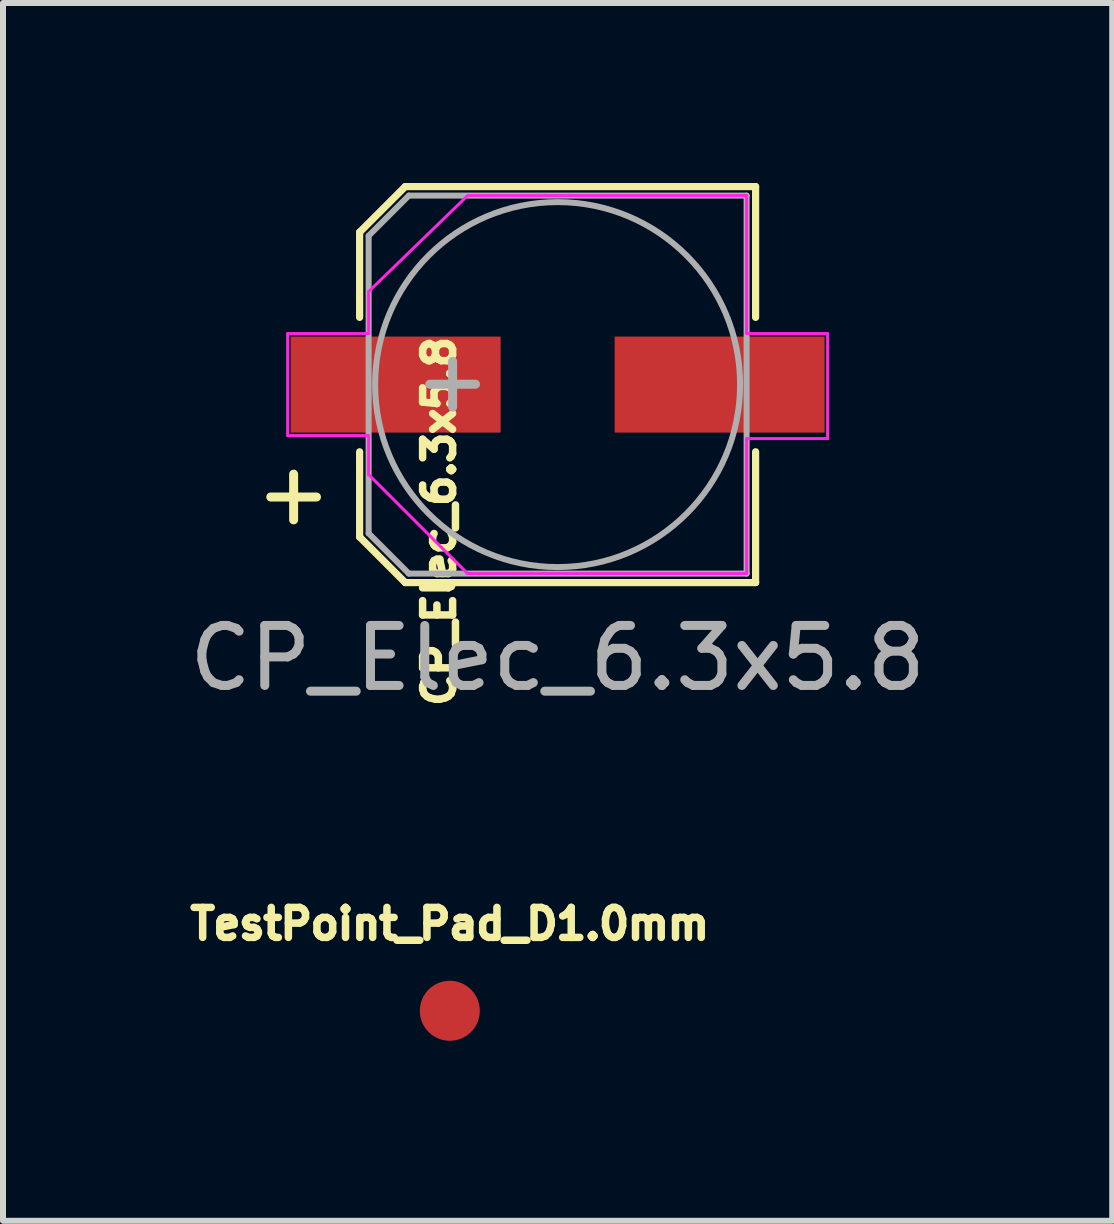
<source format=kicad_pcb>
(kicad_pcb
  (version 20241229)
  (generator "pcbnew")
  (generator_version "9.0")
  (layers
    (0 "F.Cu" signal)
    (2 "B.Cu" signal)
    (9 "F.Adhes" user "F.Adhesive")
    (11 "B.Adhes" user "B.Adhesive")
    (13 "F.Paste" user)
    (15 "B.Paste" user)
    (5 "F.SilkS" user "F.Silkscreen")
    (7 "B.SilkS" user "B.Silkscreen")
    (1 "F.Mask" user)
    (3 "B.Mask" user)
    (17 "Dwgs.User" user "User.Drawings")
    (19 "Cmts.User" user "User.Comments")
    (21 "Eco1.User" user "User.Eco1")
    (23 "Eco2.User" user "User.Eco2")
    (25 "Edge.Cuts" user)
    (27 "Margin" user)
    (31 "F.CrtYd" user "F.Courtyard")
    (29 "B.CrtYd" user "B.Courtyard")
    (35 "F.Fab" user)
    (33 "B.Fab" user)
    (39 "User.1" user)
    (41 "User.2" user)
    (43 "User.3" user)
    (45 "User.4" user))
  (footprint "CP_Elec_6.3x5.8"
    (layer "F.Cu")
    (at 6.244 3.36)
    (property "Reference" "CP_Elec_6.3x5.8" (at -1.975 2.28 270) (layer "F.SilkS") (effects (font (size 0.5 0.5) (thickness 0.125))))
    (attr smd)
    (fp_line (start -3.3 -2.54) (end -3.3 -1.12) (stroke (width 0.12) (type solid)) (layer "F.SilkS"))
    (fp_line (start -3.3 -2.54) (end -2.54 -3.3) (stroke (width 0.12) (type solid)) (layer "F.SilkS"))
    (fp_line (start -3.3 2.54) (end -3.3 1.12) (stroke (width 0.12) (type solid)) (layer "F.SilkS"))
    (fp_line (start -2.54 -3.3) (end 3.3 -3.3) (stroke (width 0.12) (type solid)) (layer "F.SilkS"))
    (fp_line (start -2.54 3.3) (end -3.3 2.54) (stroke (width 0.12) (type solid)) (layer "F.SilkS"))
    (fp_line (start 3.3 -3.3) (end 3.3 -1.12) (stroke (width 0.12) (type solid)) (layer "F.SilkS"))
    (fp_line (start 3.3 3.3) (end -2.54 3.3) (stroke (width 0.12) (type solid)) (layer "F.SilkS"))
    (fp_line (start 3.3 3.3) (end 3.3 1.12) (stroke (width 0.12) (type solid)) (layer "F.SilkS"))
    (fp_line (start -4.5 -0.85) (end -4.5 0.85) (stroke (width 0.05) (type solid)) (layer "F.CrtYd"))
    (fp_line (start -3.15 -1.55) (end -3.15 -0.85) (stroke (width 0.05) (type solid)) (layer "F.CrtYd"))
    (fp_line (start -3.15 -0.85) (end -4.5 -0.85) (stroke (width 0.05) (type solid)) (layer "F.CrtYd"))
    (fp_line (start -3.15 0.85) (end -4.5 0.85) (stroke (width 0.05) (type solid)) (layer "F.CrtYd"))
    (fp_line (start -3.15 1.5) (end -3.15 0.85) (stroke (width 0.05) (type solid)) (layer "F.CrtYd"))
    (fp_line (start -1.5 -3.15) (end -3.15 -1.55) (stroke (width 0.05) (type solid)) (layer "F.CrtYd"))
    (fp_line (start -1.5 -3.15) (end 3.15 -3.15) (stroke (width 0.05) (type solid)) (layer "F.CrtYd"))
    (fp_line (start -1.5 3.15) (end -3.15 1.5) (stroke (width 0.05) (type solid)) (layer "F.CrtYd"))
    (fp_line (start 3.15 -0.85) (end 3.15 -3.15) (stroke (width 0.05) (type solid)) (layer "F.CrtYd"))
    (fp_line (start 3.15 0.9) (end 4.5 0.9) (stroke (width 0.05) (type solid)) (layer "F.CrtYd"))
    (fp_line (start 3.15 3.15) (end -1.5 3.15) (stroke (width 0.05) (type solid)) (layer "F.CrtYd"))
    (fp_line (start 3.15 3.15) (end 3.15 0.9) (stroke (width 0.05) (type solid)) (layer "F.CrtYd"))
    (fp_line (start 4.5 -0.85) (end 3.15 -0.85) (stroke (width 0.05) (type solid)) (layer "F.CrtYd"))
    (fp_line (start 4.5 0.9) (end 4.5 -0.85) (stroke (width 0.05) (type solid)) (layer "F.CrtYd"))
    (fp_line (start -3.15 -2.48) (end -3.15 2.48) (stroke (width 0.1) (type solid)) (layer "F.Fab"))
    (fp_line (start -3.15 2.48) (end -2.48 3.15) (stroke (width 0.1) (type solid)) (layer "F.Fab"))
    (fp_line (start -2.48 -3.15) (end -3.15 -2.48) (stroke (width 0.1) (type solid)) (layer "F.Fab"))
    (fp_line (start -2.48 3.15) (end 3.15 3.15) (stroke (width 0.1) (type solid)) (layer "F.Fab"))
    (fp_line (start 3.15 -3.15) (end -2.48 -3.15) (stroke (width 0.1) (type solid)) (layer "F.Fab"))
    (fp_line (start 3.15 3.15) (end 3.15 -3.15) (stroke (width 0.1) (type solid)) (layer "F.Fab"))
    (fp_circle (center 0 0) (end 0.5 3) (stroke (width 0.1) (type solid)) (fill no) (layer "F.Fab"))
    (fp_text user "+" (at -4.4 1.8 180) (layer "F.SilkS") (effects (font (size 1 1) (thickness 0.15))))
    (fp_text user "${REFERENCE}" (at 0 4.56 180) (layer "F.Fab") (effects (font (size 1 1) (thickness 0.15))))
    (fp_text user "+" (at -1.75 -0.08 180) (layer "F.Fab") (effects (font (size 1 1) (thickness 0.15))))
    (pad "1" smd rect (at -2.7 0 180) (size 3.5 1.6) (layers "F.Cu" "F.Mask" "F.Paste"))
    (pad "2" smd rect (at 2.7 0 180) (size 3.5 1.6) (layers "F.Cu" "F.Mask" "F.Paste")))
  (footprint "TestPoint_Pad_D1.0mm"
    (layer "F.Cu")
    (at 4.447 13.797)
    (property "Reference" "TestPoint_Pad_D1.0mm" (at 0 -1.448 0) (layer "F.SilkS") (effects (font (size 0.5 0.5) (thickness 0.125))))
    (attr exclude_from_pos_files exclude_from_bom)
    (pad "1" smd circle (at 0 0) (size 1 1) (layers "F.Cu" "F.Mask")))
  (gr_rect
    (start -3 -3)
    (end 15.488 17.297)
    (stroke (width 0.1) (type default))
    (fill no)
    (layer "Edge.Cuts")))
</source>
